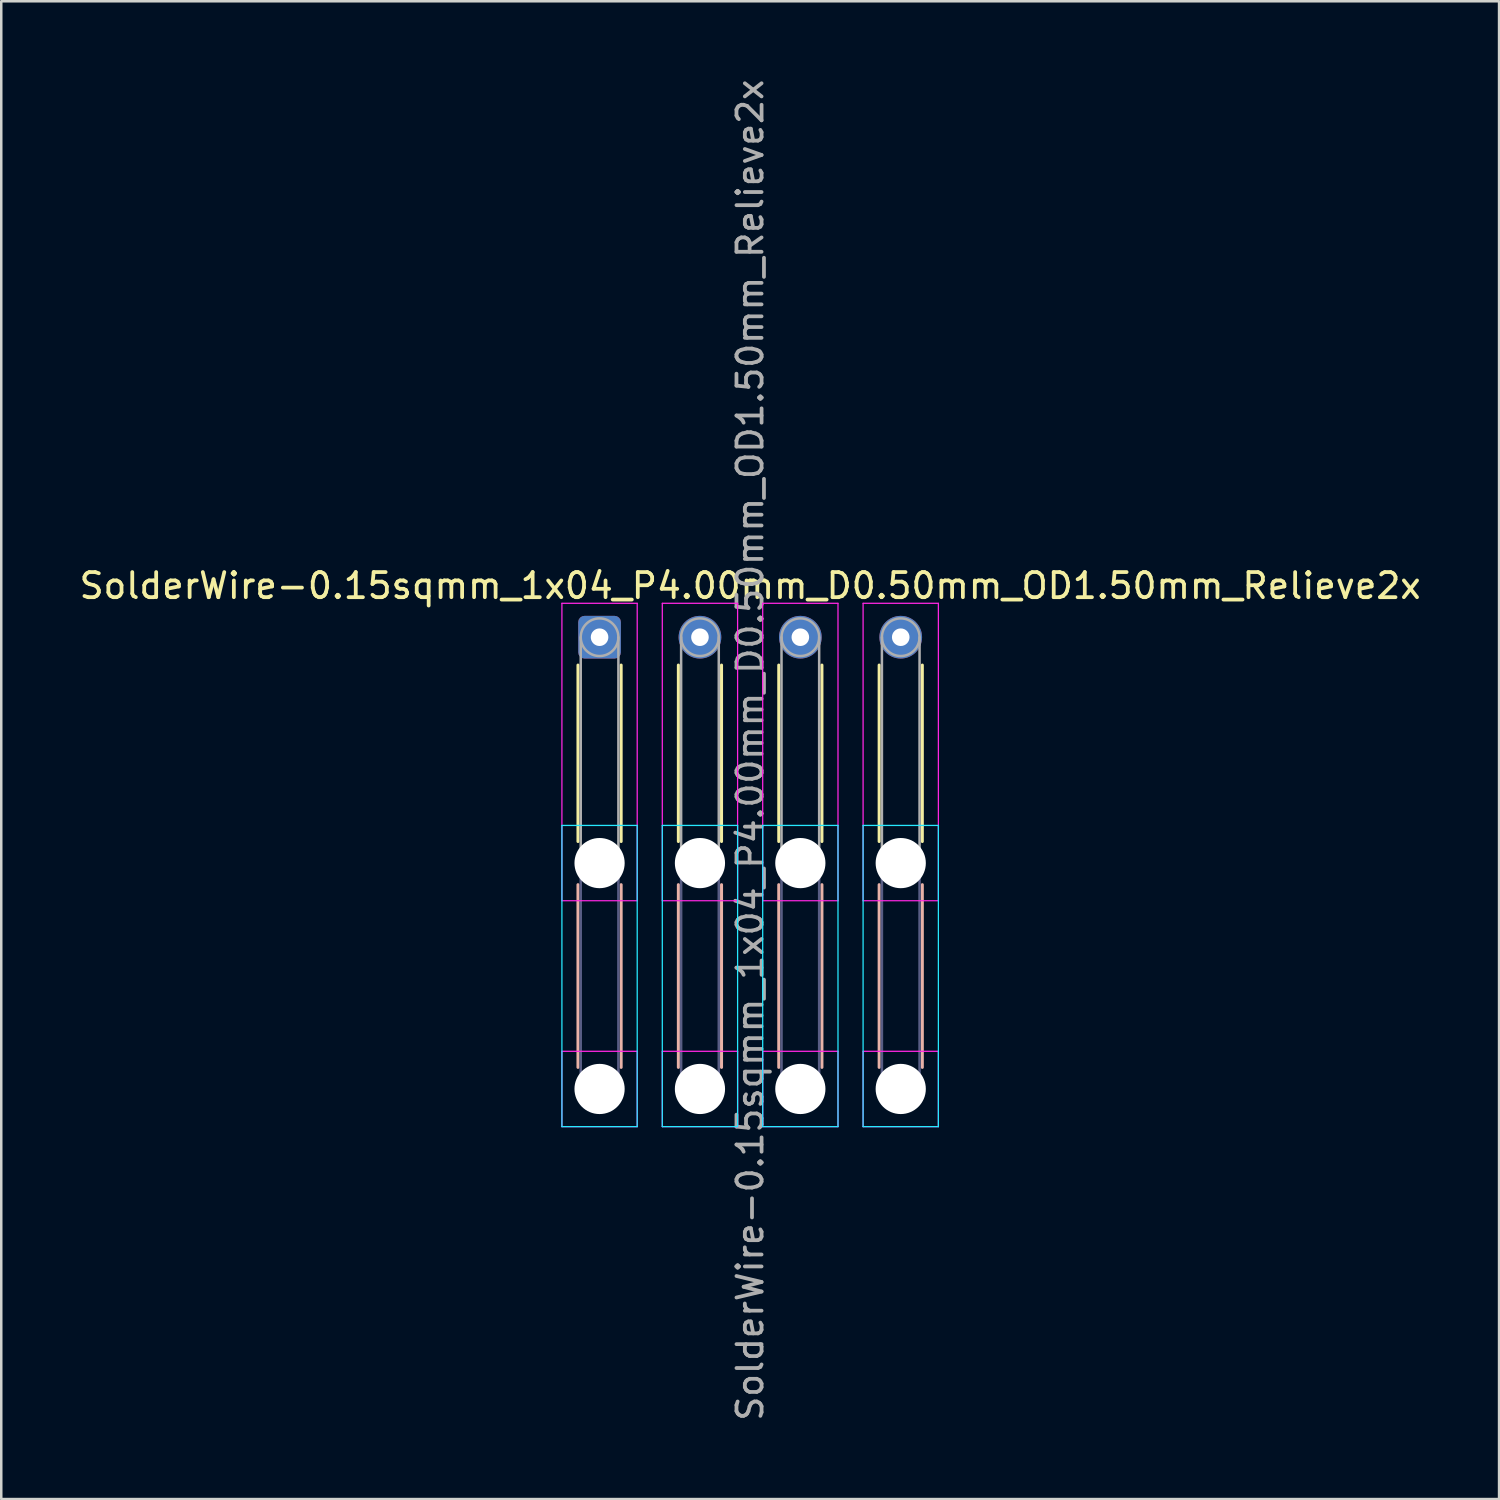
<source format=kicad_pcb>
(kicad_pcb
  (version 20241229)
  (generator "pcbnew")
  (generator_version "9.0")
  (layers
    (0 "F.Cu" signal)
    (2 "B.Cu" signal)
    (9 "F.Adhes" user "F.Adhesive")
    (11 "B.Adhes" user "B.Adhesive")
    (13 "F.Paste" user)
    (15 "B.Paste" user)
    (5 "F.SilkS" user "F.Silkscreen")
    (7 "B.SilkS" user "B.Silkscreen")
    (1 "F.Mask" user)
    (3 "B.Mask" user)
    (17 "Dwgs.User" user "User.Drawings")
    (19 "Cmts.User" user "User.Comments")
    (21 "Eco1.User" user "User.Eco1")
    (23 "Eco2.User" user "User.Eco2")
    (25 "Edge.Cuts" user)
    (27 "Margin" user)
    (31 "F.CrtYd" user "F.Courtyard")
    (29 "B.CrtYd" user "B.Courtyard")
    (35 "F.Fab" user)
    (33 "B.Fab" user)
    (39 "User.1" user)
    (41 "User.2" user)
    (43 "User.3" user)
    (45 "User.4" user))
  (footprint "SolderWire-0.15sqmm_1x04_P4.00mm_D0.50mm_OD1.50mm_Relieve2x"
    (layer "F.Cu")
    (at 20.839 22.339)
    (property "Reference" "SolderWire-0.15sqmm_1x04_P4.00mm_D0.50mm_OD1.50mm_Relieve2x" (at 6 -2.05 0) (layer "F.SilkS") (effects (font (size 1 1) (thickness 0.15))))
    (attr exclude_from_pos_files exclude_from_bom)
    (fp_line (start -0.86 1.11) (end -0.86 8.14) (stroke (width 0.12) (type solid)) (layer "F.SilkS"))
    (fp_line (start 0.86 1.11) (end 0.86 8.14) (stroke (width 0.12) (type solid)) (layer "F.SilkS"))
    (fp_line (start 3.14 1.11) (end 3.14 8.14) (stroke (width 0.12) (type solid)) (layer "F.SilkS"))
    (fp_line (start 4.86 1.11) (end 4.86 8.14) (stroke (width 0.12) (type solid)) (layer "F.SilkS"))
    (fp_line (start 7.14 1.11) (end 7.14 8.14) (stroke (width 0.12) (type solid)) (layer "F.SilkS"))
    (fp_line (start 8.86 1.11) (end 8.86 8.14) (stroke (width 0.12) (type solid)) (layer "F.SilkS"))
    (fp_line (start 11.14 1.11) (end 11.14 8.14) (stroke (width 0.12) (type solid)) (layer "F.SilkS"))
    (fp_line (start 12.86 1.11) (end 12.86 8.14) (stroke (width 0.12) (type solid)) (layer "F.SilkS"))
    (fp_line (start -0.86 9.86) (end -0.86 17.14) (stroke (width 0.12) (type solid)) (layer "B.SilkS"))
    (fp_line (start 0.86 9.86) (end 0.86 17.14) (stroke (width 0.12) (type solid)) (layer "B.SilkS"))
    (fp_line (start 3.14 9.86) (end 3.14 17.14) (stroke (width 0.12) (type solid)) (layer "B.SilkS"))
    (fp_line (start 4.86 9.86) (end 4.86 17.14) (stroke (width 0.12) (type solid)) (layer "B.SilkS"))
    (fp_line (start 7.14 9.86) (end 7.14 17.14) (stroke (width 0.12) (type solid)) (layer "B.SilkS"))
    (fp_line (start 8.86 9.86) (end 8.86 17.14) (stroke (width 0.12) (type solid)) (layer "B.SilkS"))
    (fp_line (start 11.14 9.86) (end 11.14 17.14) (stroke (width 0.12) (type solid)) (layer "B.SilkS"))
    (fp_line (start 12.86 9.86) (end 12.86 17.14) (stroke (width 0.12) (type solid)) (layer "B.SilkS"))
    (fp_line (start -1.5 7.5) (end -1.5 19.5) (stroke (width 0.05) (type solid)) (layer "B.CrtYd"))
    (fp_line (start -1.5 19.5) (end 1.5 19.5) (stroke (width 0.05) (type solid)) (layer "B.CrtYd"))
    (fp_line (start 1.5 7.5) (end -1.5 7.5) (stroke (width 0.05) (type solid)) (layer "B.CrtYd"))
    (fp_line (start 1.5 19.5) (end 1.5 7.5) (stroke (width 0.05) (type solid)) (layer "B.CrtYd"))
    (fp_line (start 2.5 7.5) (end 2.5 19.5) (stroke (width 0.05) (type solid)) (layer "B.CrtYd"))
    (fp_line (start 2.5 19.5) (end 5.5 19.5) (stroke (width 0.05) (type solid)) (layer "B.CrtYd"))
    (fp_line (start 5.5 7.5) (end 2.5 7.5) (stroke (width 0.05) (type solid)) (layer "B.CrtYd"))
    (fp_line (start 5.5 19.5) (end 5.5 7.5) (stroke (width 0.05) (type solid)) (layer "B.CrtYd"))
    (fp_line (start 6.5 7.5) (end 6.5 19.5) (stroke (width 0.05) (type solid)) (layer "B.CrtYd"))
    (fp_line (start 6.5 19.5) (end 9.5 19.5) (stroke (width 0.05) (type solid)) (layer "B.CrtYd"))
    (fp_line (start 9.5 7.5) (end 6.5 7.5) (stroke (width 0.05) (type solid)) (layer "B.CrtYd"))
    (fp_line (start 9.5 19.5) (end 9.5 7.5) (stroke (width 0.05) (type solid)) (layer "B.CrtYd"))
    (fp_line (start 10.5 7.5) (end 10.5 19.5) (stroke (width 0.05) (type solid)) (layer "B.CrtYd"))
    (fp_line (start 10.5 19.5) (end 13.5 19.5) (stroke (width 0.05) (type solid)) (layer "B.CrtYd"))
    (fp_line (start 13.5 7.5) (end 10.5 7.5) (stroke (width 0.05) (type solid)) (layer "B.CrtYd"))
    (fp_line (start 13.5 19.5) (end 13.5 7.5) (stroke (width 0.05) (type solid)) (layer "B.CrtYd"))
    (fp_line (start -1.5 -1.35) (end -1.5 10.5) (stroke (width 0.05) (type solid)) (layer "F.CrtYd"))
    (fp_line (start -1.5 10.5) (end 1.5 10.5) (stroke (width 0.05) (type solid)) (layer "F.CrtYd"))
    (fp_line (start -1.5 16.5) (end -1.5 19.5) (stroke (width 0.05) (type solid)) (layer "F.CrtYd"))
    (fp_line (start -1.5 19.5) (end 1.5 19.5) (stroke (width 0.05) (type solid)) (layer "F.CrtYd"))
    (fp_line (start 1.5 -1.35) (end -1.5 -1.35) (stroke (width 0.05) (type solid)) (layer "F.CrtYd"))
    (fp_line (start 1.5 10.5) (end 1.5 -1.35) (stroke (width 0.05) (type solid)) (layer "F.CrtYd"))
    (fp_line (start 1.5 16.5) (end -1.5 16.5) (stroke (width 0.05) (type solid)) (layer "F.CrtYd"))
    (fp_line (start 1.5 19.5) (end 1.5 16.5) (stroke (width 0.05) (type solid)) (layer "F.CrtYd"))
    (fp_line (start 2.5 -1.35) (end 2.5 10.5) (stroke (width 0.05) (type solid)) (layer "F.CrtYd"))
    (fp_line (start 2.5 10.5) (end 5.5 10.5) (stroke (width 0.05) (type solid)) (layer "F.CrtYd"))
    (fp_line (start 2.5 16.5) (end 2.5 19.5) (stroke (width 0.05) (type solid)) (layer "F.CrtYd"))
    (fp_line (start 2.5 19.5) (end 5.5 19.5) (stroke (width 0.05) (type solid)) (layer "F.CrtYd"))
    (fp_line (start 5.5 -1.35) (end 2.5 -1.35) (stroke (width 0.05) (type solid)) (layer "F.CrtYd"))
    (fp_line (start 5.5 10.5) (end 5.5 -1.35) (stroke (width 0.05) (type solid)) (layer "F.CrtYd"))
    (fp_line (start 5.5 16.5) (end 2.5 16.5) (stroke (width 0.05) (type solid)) (layer "F.CrtYd"))
    (fp_line (start 5.5 19.5) (end 5.5 16.5) (stroke (width 0.05) (type solid)) (layer "F.CrtYd"))
    (fp_line (start 6.5 -1.35) (end 6.5 10.5) (stroke (width 0.05) (type solid)) (layer "F.CrtYd"))
    (fp_line (start 6.5 10.5) (end 9.5 10.5) (stroke (width 0.05) (type solid)) (layer "F.CrtYd"))
    (fp_line (start 6.5 16.5) (end 6.5 19.5) (stroke (width 0.05) (type solid)) (layer "F.CrtYd"))
    (fp_line (start 6.5 19.5) (end 9.5 19.5) (stroke (width 0.05) (type solid)) (layer "F.CrtYd"))
    (fp_line (start 9.5 -1.35) (end 6.5 -1.35) (stroke (width 0.05) (type solid)) (layer "F.CrtYd"))
    (fp_line (start 9.5 10.5) (end 9.5 -1.35) (stroke (width 0.05) (type solid)) (layer "F.CrtYd"))
    (fp_line (start 9.5 16.5) (end 6.5 16.5) (stroke (width 0.05) (type solid)) (layer "F.CrtYd"))
    (fp_line (start 9.5 19.5) (end 9.5 16.5) (stroke (width 0.05) (type solid)) (layer "F.CrtYd"))
    (fp_line (start 10.5 -1.35) (end 10.5 10.5) (stroke (width 0.05) (type solid)) (layer "F.CrtYd"))
    (fp_line (start 10.5 10.5) (end 13.5 10.5) (stroke (width 0.05) (type solid)) (layer "F.CrtYd"))
    (fp_line (start 10.5 16.5) (end 10.5 19.5) (stroke (width 0.05) (type solid)) (layer "F.CrtYd"))
    (fp_line (start 10.5 19.5) (end 13.5 19.5) (stroke (width 0.05) (type solid)) (layer "F.CrtYd"))
    (fp_line (start 13.5 -1.35) (end 10.5 -1.35) (stroke (width 0.05) (type solid)) (layer "F.CrtYd"))
    (fp_line (start 13.5 10.5) (end 13.5 -1.35) (stroke (width 0.05) (type solid)) (layer "F.CrtYd"))
    (fp_line (start 13.5 16.5) (end 10.5 16.5) (stroke (width 0.05) (type solid)) (layer "F.CrtYd"))
    (fp_line (start 13.5 19.5) (end 13.5 16.5) (stroke (width 0.05) (type solid)) (layer "F.CrtYd"))
    (fp_line (start -0.75 9) (end -0.75 18) (stroke (width 0.1) (type solid)) (layer "B.Fab"))
    (fp_line (start 0.75 9) (end 0.75 18) (stroke (width 0.1) (type solid)) (layer "B.Fab"))
    (fp_line (start 3.25 9) (end 3.25 18) (stroke (width 0.1) (type solid)) (layer "B.Fab"))
    (fp_line (start 4.75 9) (end 4.75 18) (stroke (width 0.1) (type solid)) (layer "B.Fab"))
    (fp_line (start 7.25 9) (end 7.25 18) (stroke (width 0.1) (type solid)) (layer "B.Fab"))
    (fp_line (start 8.75 9) (end 8.75 18) (stroke (width 0.1) (type solid)) (layer "B.Fab"))
    (fp_line (start 11.25 9) (end 11.25 18) (stroke (width 0.1) (type solid)) (layer "B.Fab"))
    (fp_line (start 12.75 9) (end 12.75 18) (stroke (width 0.1) (type solid)) (layer "B.Fab"))
    (fp_circle (center 0 9) (end 0.75 9) (stroke (width 0.1) (type solid)) (fill no) (layer "B.Fab"))
    (fp_circle (center 0 18) (end 0.75 18) (stroke (width 0.1) (type solid)) (fill no) (layer "B.Fab"))
    (fp_circle (center 4 9) (end 4.75 9) (stroke (width 0.1) (type solid)) (fill no) (layer "B.Fab"))
    (fp_circle (center 4 18) (end 4.75 18) (stroke (width 0.1) (type solid)) (fill no) (layer "B.Fab"))
    (fp_circle (center 8 9) (end 8.75 9) (stroke (width 0.1) (type solid)) (fill no) (layer "B.Fab"))
    (fp_circle (center 8 18) (end 8.75 18) (stroke (width 0.1) (type solid)) (fill no) (layer "B.Fab"))
    (fp_circle (center 12 9) (end 12.75 9) (stroke (width 0.1) (type solid)) (fill no) (layer "B.Fab"))
    (fp_circle (center 12 18) (end 12.75 18) (stroke (width 0.1) (type solid)) (fill no) (layer "B.Fab"))
    (fp_line (start -0.75 0) (end -0.75 9) (stroke (width 0.1) (type solid)) (layer "F.Fab"))
    (fp_line (start 0.75 0) (end 0.75 9) (stroke (width 0.1) (type solid)) (layer "F.Fab"))
    (fp_line (start 3.25 0) (end 3.25 9) (stroke (width 0.1) (type solid)) (layer "F.Fab"))
    (fp_line (start 4.75 0) (end 4.75 9) (stroke (width 0.1) (type solid)) (layer "F.Fab"))
    (fp_line (start 7.25 0) (end 7.25 9) (stroke (width 0.1) (type solid)) (layer "F.Fab"))
    (fp_line (start 8.75 0) (end 8.75 9) (stroke (width 0.1) (type solid)) (layer "F.Fab"))
    (fp_line (start 11.25 0) (end 11.25 9) (stroke (width 0.1) (type solid)) (layer "F.Fab"))
    (fp_line (start 12.75 0) (end 12.75 9) (stroke (width 0.1) (type solid)) (layer "F.Fab"))
    (fp_circle (center 0 0) (end 0.75 0) (stroke (width 0.1) (type solid)) (fill no) (layer "F.Fab"))
    (fp_circle (center 0 9) (end 0.75 9) (stroke (width 0.1) (type solid)) (fill no) (layer "F.Fab"))
    (fp_circle (center 0 18) (end 0.75 18) (stroke (width 0.1) (type solid)) (fill no) (layer "F.Fab"))
    (fp_circle (center 4 0) (end 4.75 0) (stroke (width 0.1) (type solid)) (fill no) (layer "F.Fab"))
    (fp_circle (center 4 9) (end 4.75 9) (stroke (width 0.1) (type solid)) (fill no) (layer "F.Fab"))
    (fp_circle (center 4 18) (end 4.75 18) (stroke (width 0.1) (type solid)) (fill no) (layer "F.Fab"))
    (fp_circle (center 8 0) (end 8.75 0) (stroke (width 0.1) (type solid)) (fill no) (layer "F.Fab"))
    (fp_circle (center 8 9) (end 8.75 9) (stroke (width 0.1) (type solid)) (fill no) (layer "F.Fab"))
    (fp_circle (center 8 18) (end 8.75 18) (stroke (width 0.1) (type solid)) (fill no) (layer "F.Fab"))
    (fp_circle (center 12 0) (end 12.75 0) (stroke (width 0.1) (type solid)) (fill no) (layer "F.Fab"))
    (fp_circle (center 12 9) (end 12.75 9) (stroke (width 0.1) (type solid)) (fill no) (layer "F.Fab"))
    (fp_circle (center 12 18) (end 12.75 18) (stroke (width 0.1) (type solid)) (fill no) (layer "F.Fab"))
    (fp_text user "${REFERENCE}" (at 6 4.5 90) (layer "F.Fab") (effects (font (size 1 1) (thickness 0.15))))
    (pad "" np_thru_hole circle (at 0 9) (size 2 2) (drill 2) (layers "*.Cu" "*.Mask"))
    (pad "" np_thru_hole circle (at 0 18) (size 2 2) (drill 2) (layers "*.Cu" "*.Mask"))
    (pad "" np_thru_hole circle (at 4 9) (size 2 2) (drill 2) (layers "*.Cu" "*.Mask"))
    (pad "" np_thru_hole circle (at 4 18) (size 2 2) (drill 2) (layers "*.Cu" "*.Mask"))
    (pad "" np_thru_hole circle (at 8 9) (size 2 2) (drill 2) (layers "*.Cu" "*.Mask"))
    (pad "" np_thru_hole circle (at 8 18) (size 2 2) (drill 2) (layers "*.Cu" "*.Mask"))
    (pad "" np_thru_hole circle (at 12 9) (size 2 2) (drill 2) (layers "*.Cu" "*.Mask"))
    (pad "" np_thru_hole circle (at 12 18) (size 2 2) (drill 2) (layers "*.Cu" "*.Mask"))
    (pad "1" thru_hole roundrect (at 0 0) (size 1.7 1.7) (drill 0.7) (layers "*.Cu" "*.Mask") (roundrect_rratio 0.147))
    (pad "2" thru_hole circle (at 4 0) (size 1.7 1.7) (drill 0.7) (layers "*.Cu" "*.Mask"))
    (pad "3" thru_hole circle (at 8 0) (size 1.7 1.7) (drill 0.7) (layers "*.Cu" "*.Mask"))
    (pad "4" thru_hole circle (at 12 0) (size 1.7 1.7) (drill 0.7) (layers "*.Cu" "*.Mask")))
  (gr_rect
    (start -3 -3)
    (end 56.679 56.679)
    (stroke (width 0.1) (type default))
    (fill no)
    (layer "Edge.Cuts")))
</source>
